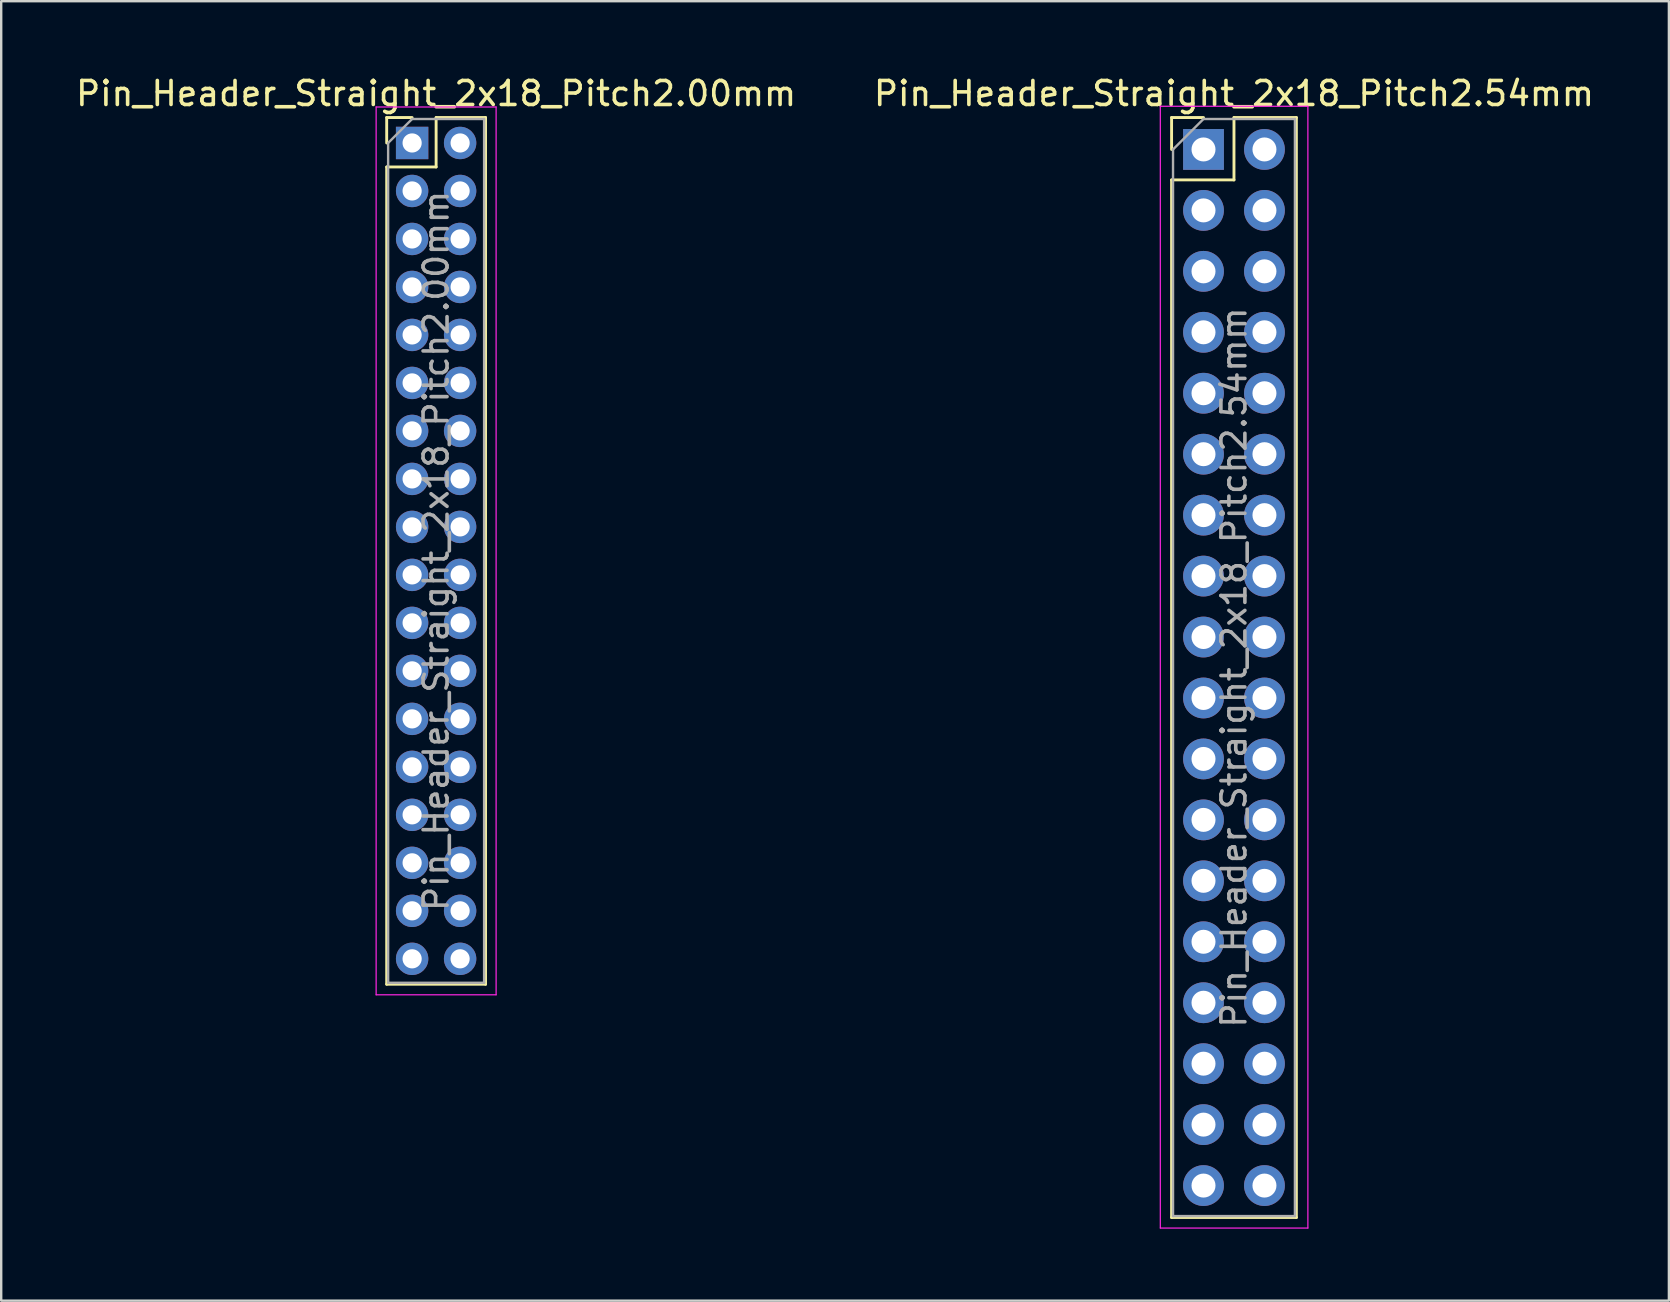
<source format=kicad_pcb>
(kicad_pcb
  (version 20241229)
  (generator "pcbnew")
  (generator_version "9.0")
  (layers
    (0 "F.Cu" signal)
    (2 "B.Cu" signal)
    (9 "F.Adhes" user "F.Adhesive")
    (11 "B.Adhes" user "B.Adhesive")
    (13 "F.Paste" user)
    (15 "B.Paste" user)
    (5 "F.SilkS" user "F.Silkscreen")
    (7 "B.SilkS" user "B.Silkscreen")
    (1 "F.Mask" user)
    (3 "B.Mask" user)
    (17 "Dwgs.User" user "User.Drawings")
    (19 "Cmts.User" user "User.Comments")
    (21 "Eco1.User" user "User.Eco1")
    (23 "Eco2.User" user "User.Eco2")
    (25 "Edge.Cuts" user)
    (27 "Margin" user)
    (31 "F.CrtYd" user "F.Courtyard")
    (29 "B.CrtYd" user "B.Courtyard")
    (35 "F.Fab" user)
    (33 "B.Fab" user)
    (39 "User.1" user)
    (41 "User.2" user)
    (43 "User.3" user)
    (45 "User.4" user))
  (footprint "Pin_Header_Straight_2x18_Pitch2.54mm"
    (layer "F.Cu")
    (at 47.105 3.178)
    (property "Reference" "Pin_Header_Straight_2x18_Pitch2.54mm" (at 1.27 -2.33 0) (layer "F.SilkS") (effects (font (size 1 1) (thickness 0.15))))
    (attr through_hole)
    (fp_line (start -1.33 -1.33) (end 0 -1.33) (stroke (width 0.12) (type solid)) (layer "F.SilkS"))
    (fp_line (start -1.33 0) (end -1.33 -1.33) (stroke (width 0.12) (type solid)) (layer "F.SilkS"))
    (fp_line (start -1.33 1.27) (end -1.33 44.51) (stroke (width 0.12) (type solid)) (layer "F.SilkS"))
    (fp_line (start -1.33 1.27) (end 1.27 1.27) (stroke (width 0.12) (type solid)) (layer "F.SilkS"))
    (fp_line (start -1.33 44.51) (end 3.87 44.51) (stroke (width 0.12) (type solid)) (layer "F.SilkS"))
    (fp_line (start 1.27 -1.33) (end 3.87 -1.33) (stroke (width 0.12) (type solid)) (layer "F.SilkS"))
    (fp_line (start 1.27 1.27) (end 1.27 -1.33) (stroke (width 0.12) (type solid)) (layer "F.SilkS"))
    (fp_line (start 3.87 -1.33) (end 3.87 44.51) (stroke (width 0.12) (type solid)) (layer "F.SilkS"))
    (fp_line (start -1.8 -1.8) (end -1.8 44.95) (stroke (width 0.05) (type solid)) (layer "F.CrtYd"))
    (fp_line (start -1.8 44.95) (end 4.35 44.95) (stroke (width 0.05) (type solid)) (layer "F.CrtYd"))
    (fp_line (start 4.35 -1.8) (end -1.8 -1.8) (stroke (width 0.05) (type solid)) (layer "F.CrtYd"))
    (fp_line (start 4.35 44.95) (end 4.35 -1.8) (stroke (width 0.05) (type solid)) (layer "F.CrtYd"))
    (fp_line (start -1.27 0) (end 0 -1.27) (stroke (width 0.1) (type solid)) (layer "F.Fab"))
    (fp_line (start -1.27 44.45) (end -1.27 0) (stroke (width 0.1) (type solid)) (layer "F.Fab"))
    (fp_line (start 0 -1.27) (end 3.81 -1.27) (stroke (width 0.1) (type solid)) (layer "F.Fab"))
    (fp_line (start 3.81 -1.27) (end 3.81 44.45) (stroke (width 0.1) (type solid)) (layer "F.Fab"))
    (fp_line (start 3.81 44.45) (end -1.27 44.45) (stroke (width 0.1) (type solid)) (layer "F.Fab"))
    (fp_text user "${REFERENCE}" (at 1.27 21.59 90) (layer "F.Fab") (effects (font (size 1 1) (thickness 0.15))))
    (pad "1" thru_hole rect (at 0 0) (size 1.7 1.7) (drill 1) (layers "*.Cu" "*.Mask"))
    (pad "2" thru_hole oval (at 2.54 0) (size 1.7 1.7) (drill 1) (layers "*.Cu" "*.Mask"))
    (pad "3" thru_hole oval (at 0 2.54) (size 1.7 1.7) (drill 1) (layers "*.Cu" "*.Mask"))
    (pad "4" thru_hole oval (at 2.54 2.54) (size 1.7 1.7) (drill 1) (layers "*.Cu" "*.Mask"))
    (pad "5" thru_hole oval (at 0 5.08) (size 1.7 1.7) (drill 1) (layers "*.Cu" "*.Mask"))
    (pad "6" thru_hole oval (at 2.54 5.08) (size 1.7 1.7) (drill 1) (layers "*.Cu" "*.Mask"))
    (pad "7" thru_hole oval (at 0 7.62) (size 1.7 1.7) (drill 1) (layers "*.Cu" "*.Mask"))
    (pad "8" thru_hole oval (at 2.54 7.62) (size 1.7 1.7) (drill 1) (layers "*.Cu" "*.Mask"))
    (pad "9" thru_hole oval (at 0 10.16) (size 1.7 1.7) (drill 1) (layers "*.Cu" "*.Mask"))
    (pad "10" thru_hole oval (at 2.54 10.16) (size 1.7 1.7) (drill 1) (layers "*.Cu" "*.Mask"))
    (pad "11" thru_hole oval (at 0 12.7) (size 1.7 1.7) (drill 1) (layers "*.Cu" "*.Mask"))
    (pad "12" thru_hole oval (at 2.54 12.7) (size 1.7 1.7) (drill 1) (layers "*.Cu" "*.Mask"))
    (pad "13" thru_hole oval (at 0 15.24) (size 1.7 1.7) (drill 1) (layers "*.Cu" "*.Mask"))
    (pad "14" thru_hole oval (at 2.54 15.24) (size 1.7 1.7) (drill 1) (layers "*.Cu" "*.Mask"))
    (pad "15" thru_hole oval (at 0 17.78) (size 1.7 1.7) (drill 1) (layers "*.Cu" "*.Mask"))
    (pad "16" thru_hole oval (at 2.54 17.78) (size 1.7 1.7) (drill 1) (layers "*.Cu" "*.Mask"))
    (pad "17" thru_hole oval (at 0 20.32) (size 1.7 1.7) (drill 1) (layers "*.Cu" "*.Mask"))
    (pad "18" thru_hole oval (at 2.54 20.32) (size 1.7 1.7) (drill 1) (layers "*.Cu" "*.Mask"))
    (pad "19" thru_hole oval (at 0 22.86) (size 1.7 1.7) (drill 1) (layers "*.Cu" "*.Mask"))
    (pad "20" thru_hole oval (at 2.54 22.86) (size 1.7 1.7) (drill 1) (layers "*.Cu" "*.Mask"))
    (pad "21" thru_hole oval (at 0 25.4) (size 1.7 1.7) (drill 1) (layers "*.Cu" "*.Mask"))
    (pad "22" thru_hole oval (at 2.54 25.4) (size 1.7 1.7) (drill 1) (layers "*.Cu" "*.Mask"))
    (pad "23" thru_hole oval (at 0 27.94) (size 1.7 1.7) (drill 1) (layers "*.Cu" "*.Mask"))
    (pad "24" thru_hole oval (at 2.54 27.94) (size 1.7 1.7) (drill 1) (layers "*.Cu" "*.Mask"))
    (pad "25" thru_hole oval (at 0 30.48) (size 1.7 1.7) (drill 1) (layers "*.Cu" "*.Mask"))
    (pad "26" thru_hole oval (at 2.54 30.48) (size 1.7 1.7) (drill 1) (layers "*.Cu" "*.Mask"))
    (pad "27" thru_hole oval (at 0 33.02) (size 1.7 1.7) (drill 1) (layers "*.Cu" "*.Mask"))
    (pad "28" thru_hole oval (at 2.54 33.02) (size 1.7 1.7) (drill 1) (layers "*.Cu" "*.Mask"))
    (pad "29" thru_hole oval (at 0 35.56) (size 1.7 1.7) (drill 1) (layers "*.Cu" "*.Mask"))
    (pad "30" thru_hole oval (at 2.54 35.56) (size 1.7 1.7) (drill 1) (layers "*.Cu" "*.Mask"))
    (pad "31" thru_hole oval (at 0 38.1) (size 1.7 1.7) (drill 1) (layers "*.Cu" "*.Mask"))
    (pad "32" thru_hole oval (at 2.54 38.1) (size 1.7 1.7) (drill 1) (layers "*.Cu" "*.Mask"))
    (pad "33" thru_hole oval (at 0 40.64) (size 1.7 1.7) (drill 1) (layers "*.Cu" "*.Mask"))
    (pad "34" thru_hole oval (at 2.54 40.64) (size 1.7 1.7) (drill 1) (layers "*.Cu" "*.Mask"))
    (pad "35" thru_hole oval (at 0 43.18) (size 1.7 1.7) (drill 1) (layers "*.Cu" "*.Mask"))
    (pad "36" thru_hole oval (at 2.54 43.18) (size 1.7 1.7) (drill 1) (layers "*.Cu" "*.Mask")))
  (footprint "Pin_Header_Straight_2x18_Pitch2.00mm"
    (layer "F.Cu")
    (at 14.125 2.908)
    (property "Reference" "Pin_Header_Straight_2x18_Pitch2.00mm" (at 1 -2.06 0) (layer "F.SilkS") (effects (font (size 1 1) (thickness 0.15))))
    (attr through_hole)
    (fp_line (start -1.06 -1.06) (end 0 -1.06) (stroke (width 0.12) (type solid)) (layer "F.SilkS"))
    (fp_line (start -1.06 0) (end -1.06 -1.06) (stroke (width 0.12) (type solid)) (layer "F.SilkS"))
    (fp_line (start -1.06 1) (end -1.06 35.06) (stroke (width 0.12) (type solid)) (layer "F.SilkS"))
    (fp_line (start -1.06 1) (end 1 1) (stroke (width 0.12) (type solid)) (layer "F.SilkS"))
    (fp_line (start -1.06 35.06) (end 3.06 35.06) (stroke (width 0.12) (type solid)) (layer "F.SilkS"))
    (fp_line (start 1 -1.06) (end 3.06 -1.06) (stroke (width 0.12) (type solid)) (layer "F.SilkS"))
    (fp_line (start 1 1) (end 1 -1.06) (stroke (width 0.12) (type solid)) (layer "F.SilkS"))
    (fp_line (start 3.06 -1.06) (end 3.06 35.06) (stroke (width 0.12) (type solid)) (layer "F.SilkS"))
    (fp_line (start -1.5 -1.5) (end -1.5 35.5) (stroke (width 0.05) (type solid)) (layer "F.CrtYd"))
    (fp_line (start -1.5 35.5) (end 3.5 35.5) (stroke (width 0.05) (type solid)) (layer "F.CrtYd"))
    (fp_line (start 3.5 -1.5) (end -1.5 -1.5) (stroke (width 0.05) (type solid)) (layer "F.CrtYd"))
    (fp_line (start 3.5 35.5) (end 3.5 -1.5) (stroke (width 0.05) (type solid)) (layer "F.CrtYd"))
    (fp_line (start -1 0) (end 0 -1) (stroke (width 0.1) (type solid)) (layer "F.Fab"))
    (fp_line (start -1 35) (end -1 0) (stroke (width 0.1) (type solid)) (layer "F.Fab"))
    (fp_line (start 0 -1) (end 3 -1) (stroke (width 0.1) (type solid)) (layer "F.Fab"))
    (fp_line (start 3 -1) (end 3 35) (stroke (width 0.1) (type solid)) (layer "F.Fab"))
    (fp_line (start 3 35) (end -1 35) (stroke (width 0.1) (type solid)) (layer "F.Fab"))
    (fp_text user "${REFERENCE}" (at 1 17 90) (layer "F.Fab") (effects (font (size 1 1) (thickness 0.15))))
    (pad "1" thru_hole rect (at 0 0) (size 1.35 1.35) (drill 0.8) (layers "*.Cu" "*.Mask"))
    (pad "2" thru_hole oval (at 2 0) (size 1.35 1.35) (drill 0.8) (layers "*.Cu" "*.Mask"))
    (pad "3" thru_hole oval (at 0 2) (size 1.35 1.35) (drill 0.8) (layers "*.Cu" "*.Mask"))
    (pad "4" thru_hole oval (at 2 2) (size 1.35 1.35) (drill 0.8) (layers "*.Cu" "*.Mask"))
    (pad "5" thru_hole oval (at 0 4) (size 1.35 1.35) (drill 0.8) (layers "*.Cu" "*.Mask"))
    (pad "6" thru_hole oval (at 2 4) (size 1.35 1.35) (drill 0.8) (layers "*.Cu" "*.Mask"))
    (pad "7" thru_hole oval (at 0 6) (size 1.35 1.35) (drill 0.8) (layers "*.Cu" "*.Mask"))
    (pad "8" thru_hole oval (at 2 6) (size 1.35 1.35) (drill 0.8) (layers "*.Cu" "*.Mask"))
    (pad "9" thru_hole oval (at 0 8) (size 1.35 1.35) (drill 0.8) (layers "*.Cu" "*.Mask"))
    (pad "10" thru_hole oval (at 2 8) (size 1.35 1.35) (drill 0.8) (layers "*.Cu" "*.Mask"))
    (pad "11" thru_hole oval (at 0 10) (size 1.35 1.35) (drill 0.8) (layers "*.Cu" "*.Mask"))
    (pad "12" thru_hole oval (at 2 10) (size 1.35 1.35) (drill 0.8) (layers "*.Cu" "*.Mask"))
    (pad "13" thru_hole oval (at 0 12) (size 1.35 1.35) (drill 0.8) (layers "*.Cu" "*.Mask"))
    (pad "14" thru_hole oval (at 2 12) (size 1.35 1.35) (drill 0.8) (layers "*.Cu" "*.Mask"))
    (pad "15" thru_hole oval (at 0 14) (size 1.35 1.35) (drill 0.8) (layers "*.Cu" "*.Mask"))
    (pad "16" thru_hole oval (at 2 14) (size 1.35 1.35) (drill 0.8) (layers "*.Cu" "*.Mask"))
    (pad "17" thru_hole oval (at 0 16) (size 1.35 1.35) (drill 0.8) (layers "*.Cu" "*.Mask"))
    (pad "18" thru_hole oval (at 2 16) (size 1.35 1.35) (drill 0.8) (layers "*.Cu" "*.Mask"))
    (pad "19" thru_hole oval (at 0 18) (size 1.35 1.35) (drill 0.8) (layers "*.Cu" "*.Mask"))
    (pad "20" thru_hole oval (at 2 18) (size 1.35 1.35) (drill 0.8) (layers "*.Cu" "*.Mask"))
    (pad "21" thru_hole oval (at 0 20) (size 1.35 1.35) (drill 0.8) (layers "*.Cu" "*.Mask"))
    (pad "22" thru_hole oval (at 2 20) (size 1.35 1.35) (drill 0.8) (layers "*.Cu" "*.Mask"))
    (pad "23" thru_hole oval (at 0 22) (size 1.35 1.35) (drill 0.8) (layers "*.Cu" "*.Mask"))
    (pad "24" thru_hole oval (at 2 22) (size 1.35 1.35) (drill 0.8) (layers "*.Cu" "*.Mask"))
    (pad "25" thru_hole oval (at 0 24) (size 1.35 1.35) (drill 0.8) (layers "*.Cu" "*.Mask"))
    (pad "26" thru_hole oval (at 2 24) (size 1.35 1.35) (drill 0.8) (layers "*.Cu" "*.Mask"))
    (pad "27" thru_hole oval (at 0 26) (size 1.35 1.35) (drill 0.8) (layers "*.Cu" "*.Mask"))
    (pad "28" thru_hole oval (at 2 26) (size 1.35 1.35) (drill 0.8) (layers "*.Cu" "*.Mask"))
    (pad "29" thru_hole oval (at 0 28) (size 1.35 1.35) (drill 0.8) (layers "*.Cu" "*.Mask"))
    (pad "30" thru_hole oval (at 2 28) (size 1.35 1.35) (drill 0.8) (layers "*.Cu" "*.Mask"))
    (pad "31" thru_hole oval (at 0 30) (size 1.35 1.35) (drill 0.8) (layers "*.Cu" "*.Mask"))
    (pad "32" thru_hole oval (at 2 30) (size 1.35 1.35) (drill 0.8) (layers "*.Cu" "*.Mask"))
    (pad "33" thru_hole oval (at 0 32) (size 1.35 1.35) (drill 0.8) (layers "*.Cu" "*.Mask"))
    (pad "34" thru_hole oval (at 2 32) (size 1.35 1.35) (drill 0.8) (layers "*.Cu" "*.Mask"))
    (pad "35" thru_hole oval (at 0 34) (size 1.35 1.35) (drill 0.8) (layers "*.Cu" "*.Mask"))
    (pad "36" thru_hole oval (at 2 34) (size 1.35 1.35) (drill 0.8) (layers "*.Cu" "*.Mask")))
  (gr_rect
    (start -3 -3)
    (end 66.5 51.153)
    (stroke (width 0.1) (type default))
    (fill no)
    (layer "Edge.Cuts")))
</source>
